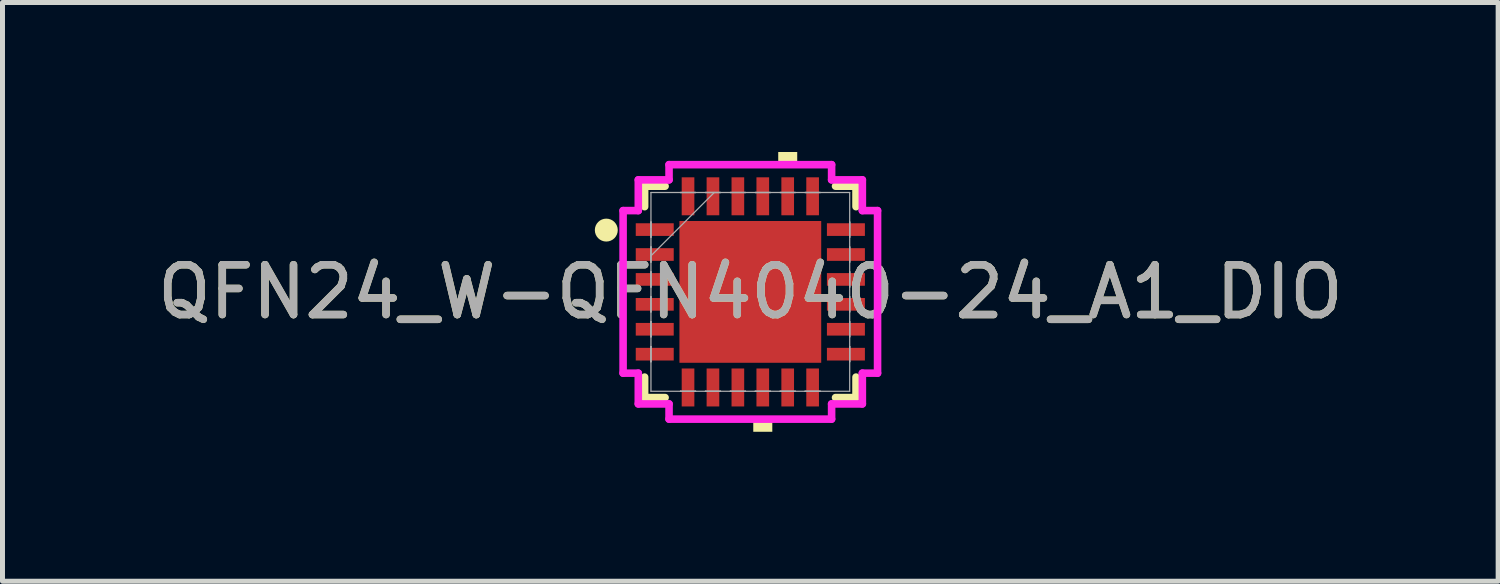
<source format=kicad_pcb>
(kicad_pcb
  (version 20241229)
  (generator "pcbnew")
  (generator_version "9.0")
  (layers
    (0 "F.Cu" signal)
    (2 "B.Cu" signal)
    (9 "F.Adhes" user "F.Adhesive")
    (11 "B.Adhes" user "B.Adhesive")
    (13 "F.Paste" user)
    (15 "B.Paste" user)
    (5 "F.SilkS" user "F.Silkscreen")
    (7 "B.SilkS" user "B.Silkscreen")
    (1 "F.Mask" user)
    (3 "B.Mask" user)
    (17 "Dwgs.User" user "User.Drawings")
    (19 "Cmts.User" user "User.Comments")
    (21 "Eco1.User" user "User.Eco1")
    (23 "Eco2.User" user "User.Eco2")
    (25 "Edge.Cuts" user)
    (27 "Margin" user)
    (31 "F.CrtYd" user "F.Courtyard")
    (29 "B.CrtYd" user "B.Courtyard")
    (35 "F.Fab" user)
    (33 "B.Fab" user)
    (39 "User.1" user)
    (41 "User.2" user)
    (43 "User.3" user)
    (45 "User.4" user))
  (footprint "QFN24_W-QFN4040-24_A1_DIO"
    (layer "F.Cu")
    (at 12.006 2.807)
    (property "Reference" "QFN24_W-QFN4040-24_A1_DIO" (at 0 0 0) (unlocked yes) (layer "F.SilkS") (effects (font (size 1 1) (thickness 0.15))))
    (attr smd)
    (fp_line (start -2.121 -2.121) (end -2.121 -1.71) (stroke (width 0.152) (type solid)) (layer "F.SilkS"))
    (fp_line (start -2.121 1.71) (end -2.121 2.121) (stroke (width 0.152) (type solid)) (layer "F.SilkS"))
    (fp_line (start -2.121 2.121) (end -1.71 2.121) (stroke (width 0.152) (type solid)) (layer "F.SilkS"))
    (fp_line (start -1.71 -2.121) (end -2.121 -2.121) (stroke (width 0.152) (type solid)) (layer "F.SilkS"))
    (fp_line (start 1.71 2.121) (end 2.121 2.121) (stroke (width 0.152) (type solid)) (layer "F.SilkS"))
    (fp_line (start 2.121 -2.121) (end 1.71 -2.121) (stroke (width 0.152) (type solid)) (layer "F.SilkS"))
    (fp_line (start 2.121 -1.71) (end 2.121 -2.121) (stroke (width 0.152) (type solid)) (layer "F.SilkS"))
    (fp_line (start 2.121 2.121) (end 2.121 1.71) (stroke (width 0.152) (type solid)) (layer "F.SilkS"))
    (fp_circle (center -2.89 -1.24) (end -2.72 -1.24) (stroke (width 0.12) (type solid)) (fill yes) (layer "F.SilkS"))
    (fp_poly (pts (xy 0.059 2.553) (xy 0.059 2.807) (xy 0.441 2.807) (xy 0.441 2.553)) (stroke (width 0) (type solid)) (fill yes) (layer "F.SilkS"))
    (fp_poly (pts (xy 0.56 -2.553) (xy 0.56 -2.807) (xy 0.941 -2.807) (xy 0.941 -2.553)) (stroke (width 0) (type solid)) (fill yes) (layer "F.SilkS"))
    (fp_line (start -2.553 -1.631) (end -2.248 -1.631) (stroke (width 0.152) (type solid)) (layer "F.CrtYd"))
    (fp_line (start -2.553 1.631) (end -2.553 -1.631) (stroke (width 0.152) (type solid)) (layer "F.CrtYd"))
    (fp_line (start -2.248 -2.248) (end -1.631 -2.248) (stroke (width 0.152) (type solid)) (layer "F.CrtYd"))
    (fp_line (start -2.248 -1.631) (end -2.248 -2.248) (stroke (width 0.152) (type solid)) (layer "F.CrtYd"))
    (fp_line (start -2.248 1.631) (end -2.553 1.631) (stroke (width 0.152) (type solid)) (layer "F.CrtYd"))
    (fp_line (start -2.248 2.248) (end -2.248 1.631) (stroke (width 0.152) (type solid)) (layer "F.CrtYd"))
    (fp_line (start -1.631 -2.553) (end 1.631 -2.553) (stroke (width 0.152) (type solid)) (layer "F.CrtYd"))
    (fp_line (start -1.631 -2.248) (end -1.631 -2.553) (stroke (width 0.152) (type solid)) (layer "F.CrtYd"))
    (fp_line (start -1.631 2.248) (end -2.248 2.248) (stroke (width 0.152) (type solid)) (layer "F.CrtYd"))
    (fp_line (start -1.631 2.553) (end -1.631 2.248) (stroke (width 0.152) (type solid)) (layer "F.CrtYd"))
    (fp_line (start 1.631 -2.553) (end 1.631 -2.248) (stroke (width 0.152) (type solid)) (layer "F.CrtYd"))
    (fp_line (start 1.631 -2.248) (end 2.248 -2.248) (stroke (width 0.152) (type solid)) (layer "F.CrtYd"))
    (fp_line (start 1.631 2.248) (end 1.631 2.553) (stroke (width 0.152) (type solid)) (layer "F.CrtYd"))
    (fp_line (start 1.631 2.553) (end -1.631 2.553) (stroke (width 0.152) (type solid)) (layer "F.CrtYd"))
    (fp_line (start 2.248 -2.248) (end 2.248 -1.631) (stroke (width 0.152) (type solid)) (layer "F.CrtYd"))
    (fp_line (start 2.248 -1.631) (end 2.553 -1.631) (stroke (width 0.152) (type solid)) (layer "F.CrtYd"))
    (fp_line (start 2.248 1.631) (end 2.248 2.248) (stroke (width 0.152) (type solid)) (layer "F.CrtYd"))
    (fp_line (start 2.248 2.248) (end 1.631 2.248) (stroke (width 0.152) (type solid)) (layer "F.CrtYd"))
    (fp_line (start 2.553 -1.631) (end 2.553 1.631) (stroke (width 0.152) (type solid)) (layer "F.CrtYd"))
    (fp_line (start 2.553 1.631) (end 2.248 1.631) (stroke (width 0.152) (type solid)) (layer "F.CrtYd"))
    (fp_line (start -1.994 -1.994) (end -1.994 1.994) (stroke (width 0.025) (type solid)) (layer "F.Fab"))
    (fp_line (start -1.994 -1.402) (end -1.994 -1.402) (stroke (width 0.025) (type solid)) (layer "F.Fab"))
    (fp_line (start -1.994 -1.402) (end -1.994 -1.098) (stroke (width 0.025) (type solid)) (layer "F.Fab"))
    (fp_line (start -1.994 -1.098) (end -1.994 -1.402) (stroke (width 0.025) (type solid)) (layer "F.Fab"))
    (fp_line (start -1.994 -1.098) (end -1.994 -1.098) (stroke (width 0.025) (type solid)) (layer "F.Fab"))
    (fp_line (start -1.994 -0.902) (end -1.994 -0.902) (stroke (width 0.025) (type solid)) (layer "F.Fab"))
    (fp_line (start -1.994 -0.902) (end -1.994 -0.598) (stroke (width 0.025) (type solid)) (layer "F.Fab"))
    (fp_line (start -1.994 -0.724) (end -0.724 -1.994) (stroke (width 0.025) (type solid)) (layer "F.Fab"))
    (fp_line (start -1.994 -0.598) (end -1.994 -0.902) (stroke (width 0.025) (type solid)) (layer "F.Fab"))
    (fp_line (start -1.994 -0.598) (end -1.994 -0.598) (stroke (width 0.025) (type solid)) (layer "F.Fab"))
    (fp_line (start -1.994 -0.402) (end -1.994 -0.402) (stroke (width 0.025) (type solid)) (layer "F.Fab"))
    (fp_line (start -1.994 -0.402) (end -1.994 -0.098) (stroke (width 0.025) (type solid)) (layer "F.Fab"))
    (fp_line (start -1.994 -0.098) (end -1.994 -0.402) (stroke (width 0.025) (type solid)) (layer "F.Fab"))
    (fp_line (start -1.994 -0.098) (end -1.994 -0.098) (stroke (width 0.025) (type solid)) (layer "F.Fab"))
    (fp_line (start -1.994 0.098) (end -1.994 0.098) (stroke (width 0.025) (type solid)) (layer "F.Fab"))
    (fp_line (start -1.994 0.098) (end -1.994 0.402) (stroke (width 0.025) (type solid)) (layer "F.Fab"))
    (fp_line (start -1.994 0.402) (end -1.994 0.098) (stroke (width 0.025) (type solid)) (layer "F.Fab"))
    (fp_line (start -1.994 0.402) (end -1.994 0.402) (stroke (width 0.025) (type solid)) (layer "F.Fab"))
    (fp_line (start -1.994 0.598) (end -1.994 0.598) (stroke (width 0.025) (type solid)) (layer "F.Fab"))
    (fp_line (start -1.994 0.598) (end -1.994 0.902) (stroke (width 0.025) (type solid)) (layer "F.Fab"))
    (fp_line (start -1.994 0.902) (end -1.994 0.598) (stroke (width 0.025) (type solid)) (layer "F.Fab"))
    (fp_line (start -1.994 0.902) (end -1.994 0.902) (stroke (width 0.025) (type solid)) (layer "F.Fab"))
    (fp_line (start -1.994 1.098) (end -1.994 1.098) (stroke (width 0.025) (type solid)) (layer "F.Fab"))
    (fp_line (start -1.994 1.098) (end -1.994 1.402) (stroke (width 0.025) (type solid)) (layer "F.Fab"))
    (fp_line (start -1.994 1.402) (end -1.994 1.098) (stroke (width 0.025) (type solid)) (layer "F.Fab"))
    (fp_line (start -1.994 1.402) (end -1.994 1.402) (stroke (width 0.025) (type solid)) (layer "F.Fab"))
    (fp_line (start -1.994 1.994) (end 1.994 1.994) (stroke (width 0.025) (type solid)) (layer "F.Fab"))
    (fp_line (start -1.402 -1.994) (end -1.402 -1.994) (stroke (width 0.025) (type solid)) (layer "F.Fab"))
    (fp_line (start -1.402 -1.994) (end -1.098 -1.994) (stroke (width 0.025) (type solid)) (layer "F.Fab"))
    (fp_line (start -1.402 1.994) (end -1.402 1.994) (stroke (width 0.025) (type solid)) (layer "F.Fab"))
    (fp_line (start -1.402 1.994) (end -1.098 1.994) (stroke (width 0.025) (type solid)) (layer "F.Fab"))
    (fp_line (start -1.098 -1.994) (end -1.402 -1.994) (stroke (width 0.025) (type solid)) (layer "F.Fab"))
    (fp_line (start -1.098 -1.994) (end -1.098 -1.994) (stroke (width 0.025) (type solid)) (layer "F.Fab"))
    (fp_line (start -1.098 1.994) (end -1.402 1.994) (stroke (width 0.025) (type solid)) (layer "F.Fab"))
    (fp_line (start -1.098 1.994) (end -1.098 1.994) (stroke (width 0.025) (type solid)) (layer "F.Fab"))
    (fp_line (start -0.902 -1.994) (end -0.902 -1.994) (stroke (width 0.025) (type solid)) (layer "F.Fab"))
    (fp_line (start -0.902 -1.994) (end -0.598 -1.994) (stroke (width 0.025) (type solid)) (layer "F.Fab"))
    (fp_line (start -0.902 1.994) (end -0.902 1.994) (stroke (width 0.025) (type solid)) (layer "F.Fab"))
    (fp_line (start -0.902 1.994) (end -0.598 1.994) (stroke (width 0.025) (type solid)) (layer "F.Fab"))
    (fp_line (start -0.598 -1.994) (end -0.902 -1.994) (stroke (width 0.025) (type solid)) (layer "F.Fab"))
    (fp_line (start -0.598 -1.994) (end -0.598 -1.994) (stroke (width 0.025) (type solid)) (layer "F.Fab"))
    (fp_line (start -0.598 1.994) (end -0.902 1.994) (stroke (width 0.025) (type solid)) (layer "F.Fab"))
    (fp_line (start -0.598 1.994) (end -0.598 1.994) (stroke (width 0.025) (type solid)) (layer "F.Fab"))
    (fp_line (start -0.402 -1.994) (end -0.402 -1.994) (stroke (width 0.025) (type solid)) (layer "F.Fab"))
    (fp_line (start -0.402 -1.994) (end -0.098 -1.994) (stroke (width 0.025) (type solid)) (layer "F.Fab"))
    (fp_line (start -0.402 1.994) (end -0.402 1.994) (stroke (width 0.025) (type solid)) (layer "F.Fab"))
    (fp_line (start -0.402 1.994) (end -0.098 1.994) (stroke (width 0.025) (type solid)) (layer "F.Fab"))
    (fp_line (start -0.098 -1.994) (end -0.402 -1.994) (stroke (width 0.025) (type solid)) (layer "F.Fab"))
    (fp_line (start -0.098 -1.994) (end -0.098 -1.994) (stroke (width 0.025) (type solid)) (layer "F.Fab"))
    (fp_line (start -0.098 1.994) (end -0.402 1.994) (stroke (width 0.025) (type solid)) (layer "F.Fab"))
    (fp_line (start -0.098 1.994) (end -0.098 1.994) (stroke (width 0.025) (type solid)) (layer "F.Fab"))
    (fp_line (start 0.098 -1.994) (end 0.098 -1.994) (stroke (width 0.025) (type solid)) (layer "F.Fab"))
    (fp_line (start 0.098 -1.994) (end 0.402 -1.994) (stroke (width 0.025) (type solid)) (layer "F.Fab"))
    (fp_line (start 0.098 1.994) (end 0.098 1.994) (stroke (width 0.025) (type solid)) (layer "F.Fab"))
    (fp_line (start 0.098 1.994) (end 0.402 1.994) (stroke (width 0.025) (type solid)) (layer "F.Fab"))
    (fp_line (start 0.402 -1.994) (end 0.098 -1.994) (stroke (width 0.025) (type solid)) (layer "F.Fab"))
    (fp_line (start 0.402 -1.994) (end 0.402 -1.994) (stroke (width 0.025) (type solid)) (layer "F.Fab"))
    (fp_line (start 0.402 1.994) (end 0.098 1.994) (stroke (width 0.025) (type solid)) (layer "F.Fab"))
    (fp_line (start 0.402 1.994) (end 0.402 1.994) (stroke (width 0.025) (type solid)) (layer "F.Fab"))
    (fp_line (start 0.598 -1.994) (end 0.598 -1.994) (stroke (width 0.025) (type solid)) (layer "F.Fab"))
    (fp_line (start 0.598 -1.994) (end 0.902 -1.994) (stroke (width 0.025) (type solid)) (layer "F.Fab"))
    (fp_line (start 0.598 1.994) (end 0.598 1.994) (stroke (width 0.025) (type solid)) (layer "F.Fab"))
    (fp_line (start 0.598 1.994) (end 0.902 1.994) (stroke (width 0.025) (type solid)) (layer "F.Fab"))
    (fp_line (start 0.902 -1.994) (end 0.598 -1.994) (stroke (width 0.025) (type solid)) (layer "F.Fab"))
    (fp_line (start 0.902 -1.994) (end 0.902 -1.994) (stroke (width 0.025) (type solid)) (layer "F.Fab"))
    (fp_line (start 0.902 1.994) (end 0.598 1.994) (stroke (width 0.025) (type solid)) (layer "F.Fab"))
    (fp_line (start 0.902 1.994) (end 0.902 1.994) (stroke (width 0.025) (type solid)) (layer "F.Fab"))
    (fp_line (start 1.098 -1.994) (end 1.098 -1.994) (stroke (width 0.025) (type solid)) (layer "F.Fab"))
    (fp_line (start 1.098 -1.994) (end 1.402 -1.994) (stroke (width 0.025) (type solid)) (layer "F.Fab"))
    (fp_line (start 1.098 1.994) (end 1.098 1.994) (stroke (width 0.025) (type solid)) (layer "F.Fab"))
    (fp_line (start 1.098 1.994) (end 1.402 1.994) (stroke (width 0.025) (type solid)) (layer "F.Fab"))
    (fp_line (start 1.402 -1.994) (end 1.098 -1.994) (stroke (width 0.025) (type solid)) (layer "F.Fab"))
    (fp_line (start 1.402 -1.994) (end 1.402 -1.994) (stroke (width 0.025) (type solid)) (layer "F.Fab"))
    (fp_line (start 1.402 1.994) (end 1.098 1.994) (stroke (width 0.025) (type solid)) (layer "F.Fab"))
    (fp_line (start 1.402 1.994) (end 1.402 1.994) (stroke (width 0.025) (type solid)) (layer "F.Fab"))
    (fp_line (start 1.994 -1.994) (end -1.994 -1.994) (stroke (width 0.025) (type solid)) (layer "F.Fab"))
    (fp_line (start 1.994 -1.402) (end 1.994 -1.402) (stroke (width 0.025) (type solid)) (layer "F.Fab"))
    (fp_line (start 1.994 -1.402) (end 1.994 -1.098) (stroke (width 0.025) (type solid)) (layer "F.Fab"))
    (fp_line (start 1.994 -1.098) (end 1.994 -1.402) (stroke (width 0.025) (type solid)) (layer "F.Fab"))
    (fp_line (start 1.994 -1.098) (end 1.994 -1.098) (stroke (width 0.025) (type solid)) (layer "F.Fab"))
    (fp_line (start 1.994 -0.902) (end 1.994 -0.902) (stroke (width 0.025) (type solid)) (layer "F.Fab"))
    (fp_line (start 1.994 -0.902) (end 1.994 -0.598) (stroke (width 0.025) (type solid)) (layer "F.Fab"))
    (fp_line (start 1.994 -0.598) (end 1.994 -0.902) (stroke (width 0.025) (type solid)) (layer "F.Fab"))
    (fp_line (start 1.994 -0.598) (end 1.994 -0.598) (stroke (width 0.025) (type solid)) (layer "F.Fab"))
    (fp_line (start 1.994 -0.402) (end 1.994 -0.402) (stroke (width 0.025) (type solid)) (layer "F.Fab"))
    (fp_line (start 1.994 -0.402) (end 1.994 -0.098) (stroke (width 0.025) (type solid)) (layer "F.Fab"))
    (fp_line (start 1.994 -0.098) (end 1.994 -0.402) (stroke (width 0.025) (type solid)) (layer "F.Fab"))
    (fp_line (start 1.994 -0.098) (end 1.994 -0.098) (stroke (width 0.025) (type solid)) (layer "F.Fab"))
    (fp_line (start 1.994 0.098) (end 1.994 0.098) (stroke (width 0.025) (type solid)) (layer "F.Fab"))
    (fp_line (start 1.994 0.098) (end 1.994 0.402) (stroke (width 0.025) (type solid)) (layer "F.Fab"))
    (fp_line (start 1.994 0.402) (end 1.994 0.098) (stroke (width 0.025) (type solid)) (layer "F.Fab"))
    (fp_line (start 1.994 0.402) (end 1.994 0.402) (stroke (width 0.025) (type solid)) (layer "F.Fab"))
    (fp_line (start 1.994 0.598) (end 1.994 0.598) (stroke (width 0.025) (type solid)) (layer "F.Fab"))
    (fp_line (start 1.994 0.598) (end 1.994 0.902) (stroke (width 0.025) (type solid)) (layer "F.Fab"))
    (fp_line (start 1.994 0.902) (end 1.994 0.598) (stroke (width 0.025) (type solid)) (layer "F.Fab"))
    (fp_line (start 1.994 0.902) (end 1.994 0.902) (stroke (width 0.025) (type solid)) (layer "F.Fab"))
    (fp_line (start 1.994 1.098) (end 1.994 1.098) (stroke (width 0.025) (type solid)) (layer "F.Fab"))
    (fp_line (start 1.994 1.098) (end 1.994 1.402) (stroke (width 0.025) (type solid)) (layer "F.Fab"))
    (fp_line (start 1.994 1.402) (end 1.994 1.098) (stroke (width 0.025) (type solid)) (layer "F.Fab"))
    (fp_line (start 1.994 1.402) (end 1.994 1.402) (stroke (width 0.025) (type solid)) (layer "F.Fab"))
    (fp_line (start 1.994 1.994) (end 1.994 -1.994) (stroke (width 0.025) (type solid)) (layer "F.Fab"))
    (fp_text user "${REFERENCE}" (at 0 0 0) (unlocked yes) (layer "F.Fab") (effects (font (size 1 1) (thickness 0.15))))
    (pad "1" smd rect (at -1.918 -1.25 90) (size 0.254 0.762) (layers "F.Cu" "F.Mask" "F.Paste"))
    (pad "2" smd rect (at -1.918 -0.75 90) (size 0.254 0.762) (layers "F.Cu" "F.Mask" "F.Paste"))
    (pad "3" smd rect (at -1.918 -0.25 90) (size 0.254 0.762) (layers "F.Cu" "F.Mask" "F.Paste"))
    (pad "4" smd rect (at -1.918 0.25 90) (size 0.254 0.762) (layers "F.Cu" "F.Mask" "F.Paste"))
    (pad "5" smd rect (at -1.918 0.75 90) (size 0.254 0.762) (layers "F.Cu" "F.Mask" "F.Paste"))
    (pad "6" smd rect (at -1.918 1.25 90) (size 0.254 0.762) (layers "F.Cu" "F.Mask" "F.Paste"))
    (pad "7" smd rect (at -1.25 1.918) (size 0.254 0.762) (layers "F.Cu" "F.Mask" "F.Paste"))
    (pad "8" smd rect (at -0.75 1.918) (size 0.254 0.762) (layers "F.Cu" "F.Mask" "F.Paste"))
    (pad "9" smd rect (at -0.25 1.918) (size 0.254 0.762) (layers "F.Cu" "F.Mask" "F.Paste"))
    (pad "10" smd rect (at 0.25 1.918) (size 0.254 0.762) (layers "F.Cu" "F.Mask" "F.Paste"))
    (pad "11" smd rect (at 0.75 1.918) (size 0.254 0.762) (layers "F.Cu" "F.Mask" "F.Paste"))
    (pad "12" smd rect (at 1.25 1.918) (size 0.254 0.762) (layers "F.Cu" "F.Mask" "F.Paste"))
    (pad "13" smd rect (at 1.918 1.25 90) (size 0.254 0.762) (layers "F.Cu" "F.Mask" "F.Paste"))
    (pad "14" smd rect (at 1.918 0.75 90) (size 0.254 0.762) (layers "F.Cu" "F.Mask" "F.Paste"))
    (pad "15" smd rect (at 1.918 0.25 90) (size 0.254 0.762) (layers "F.Cu" "F.Mask" "F.Paste"))
    (pad "16" smd rect (at 1.918 -0.25 90) (size 0.254 0.762) (layers "F.Cu" "F.Mask" "F.Paste"))
    (pad "17" smd rect (at 1.918 -0.75 90) (size 0.254 0.762) (layers "F.Cu" "F.Mask" "F.Paste"))
    (pad "18" smd rect (at 1.918 -1.25 90) (size 0.254 0.762) (layers "F.Cu" "F.Mask" "F.Paste"))
    (pad "19" smd rect (at 1.25 -1.918) (size 0.254 0.762) (layers "F.Cu" "F.Mask" "F.Paste"))
    (pad "20" smd rect (at 0.75 -1.918) (size 0.254 0.762) (layers "F.Cu" "F.Mask" "F.Paste"))
    (pad "21" smd rect (at 0.25 -1.918) (size 0.254 0.762) (layers "F.Cu" "F.Mask" "F.Paste"))
    (pad "22" smd rect (at -0.25 -1.918) (size 0.254 0.762) (layers "F.Cu" "F.Mask" "F.Paste"))
    (pad "23" smd rect (at -0.75 -1.918) (size 0.254 0.762) (layers "F.Cu" "F.Mask" "F.Paste"))
    (pad "24" smd rect (at -1.25 -1.918) (size 0.254 0.762) (layers "F.Cu" "F.Mask" "F.Paste"))
    (pad "25" smd rect (at 0 0) (size 2.845 2.845) (layers "F.Cu" "F.Mask" "F.Paste")))
  (gr_rect
    (start -3 -3)
    (end 27.012 8.613)
    (stroke (width 0.1) (type default))
    (fill no)
    (layer "Edge.Cuts")))
</source>
